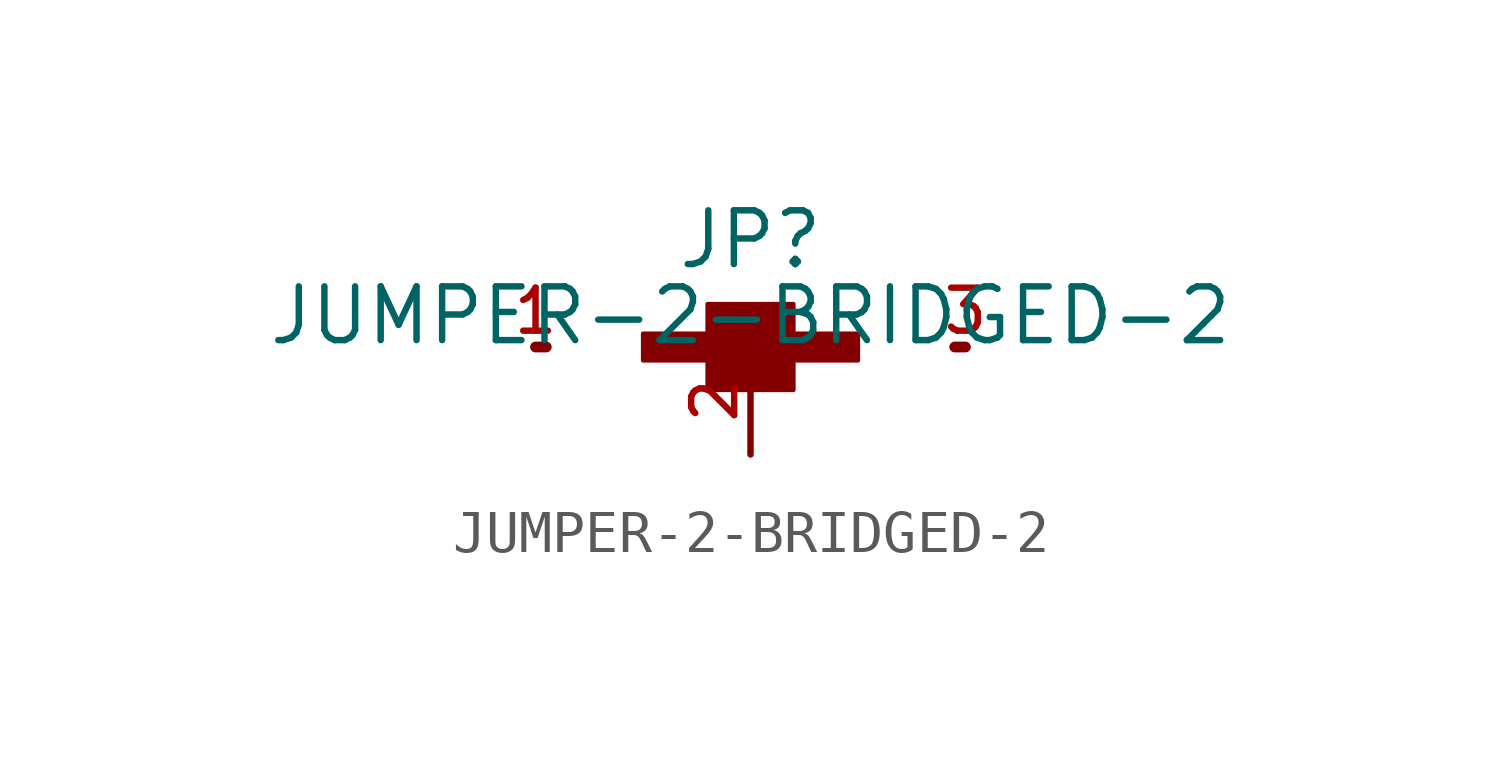
<source format=kicad_sym>
(kicad_symbol_lib
  (version 20211014)
  (generator kicad_symbol_editor)
  (symbol "JUMPER-2-BRIDGED-2"
    (pin_names
      (offset 1.016))
    (property "Reference" "JP"
      (at 0.0 2.54 0)
      (effects (font (size 1.27 1.27))))
    (property "Value" "JUMPER-2-BRIDGED-2"
      (at 0 0.0 0)
      (effects (font (size 1.27 1.27)) (justify bottom)))
    (symbol "JUMPER-2-BRIDGED-2_0_0"
      (rectangle (start 1.016 -0.318) (end 2.54 0.318) (stroke (width 0.1)) (fill (type outline)))
      (rectangle (start -1.016 -1.016) (end 1.016 1.016) (stroke (width 0.1)) (fill (type outline)))
      (rectangle (start -2.54 -0.318) (end -1.016 0.318) (stroke (width 0.1)) (fill (type outline)))
      (polyline (pts (xy -4.826 0.0) (xy -5.08 0.0)) (stroke (width 0.254)))
      (polyline (pts (xy 4.826 0.0) (xy 5.08 0.0)) (stroke (width 0.254)))
      (pin bidirectional line (at -5.08 0.0 0) (length 0) (name "~" (effects (font (size 1.016 1.016)))) (number "1" (effects (font (size 1.016 1.016)))))
      (pin bidirectional line (at 5.08 0.0 180.0) (length 0) (name "~" (effects (font (size 1.016 1.016)))) (number "3" (effects (font (size 1.016 1.016)))))
      (pin bidirectional line (at 0.0 -2.54 90.0) (length 2.54) (name "~" (effects (font (size 1.016 1.016)))) (number "2" (effects (font (size 1.016 1.016))))))))
</source>
